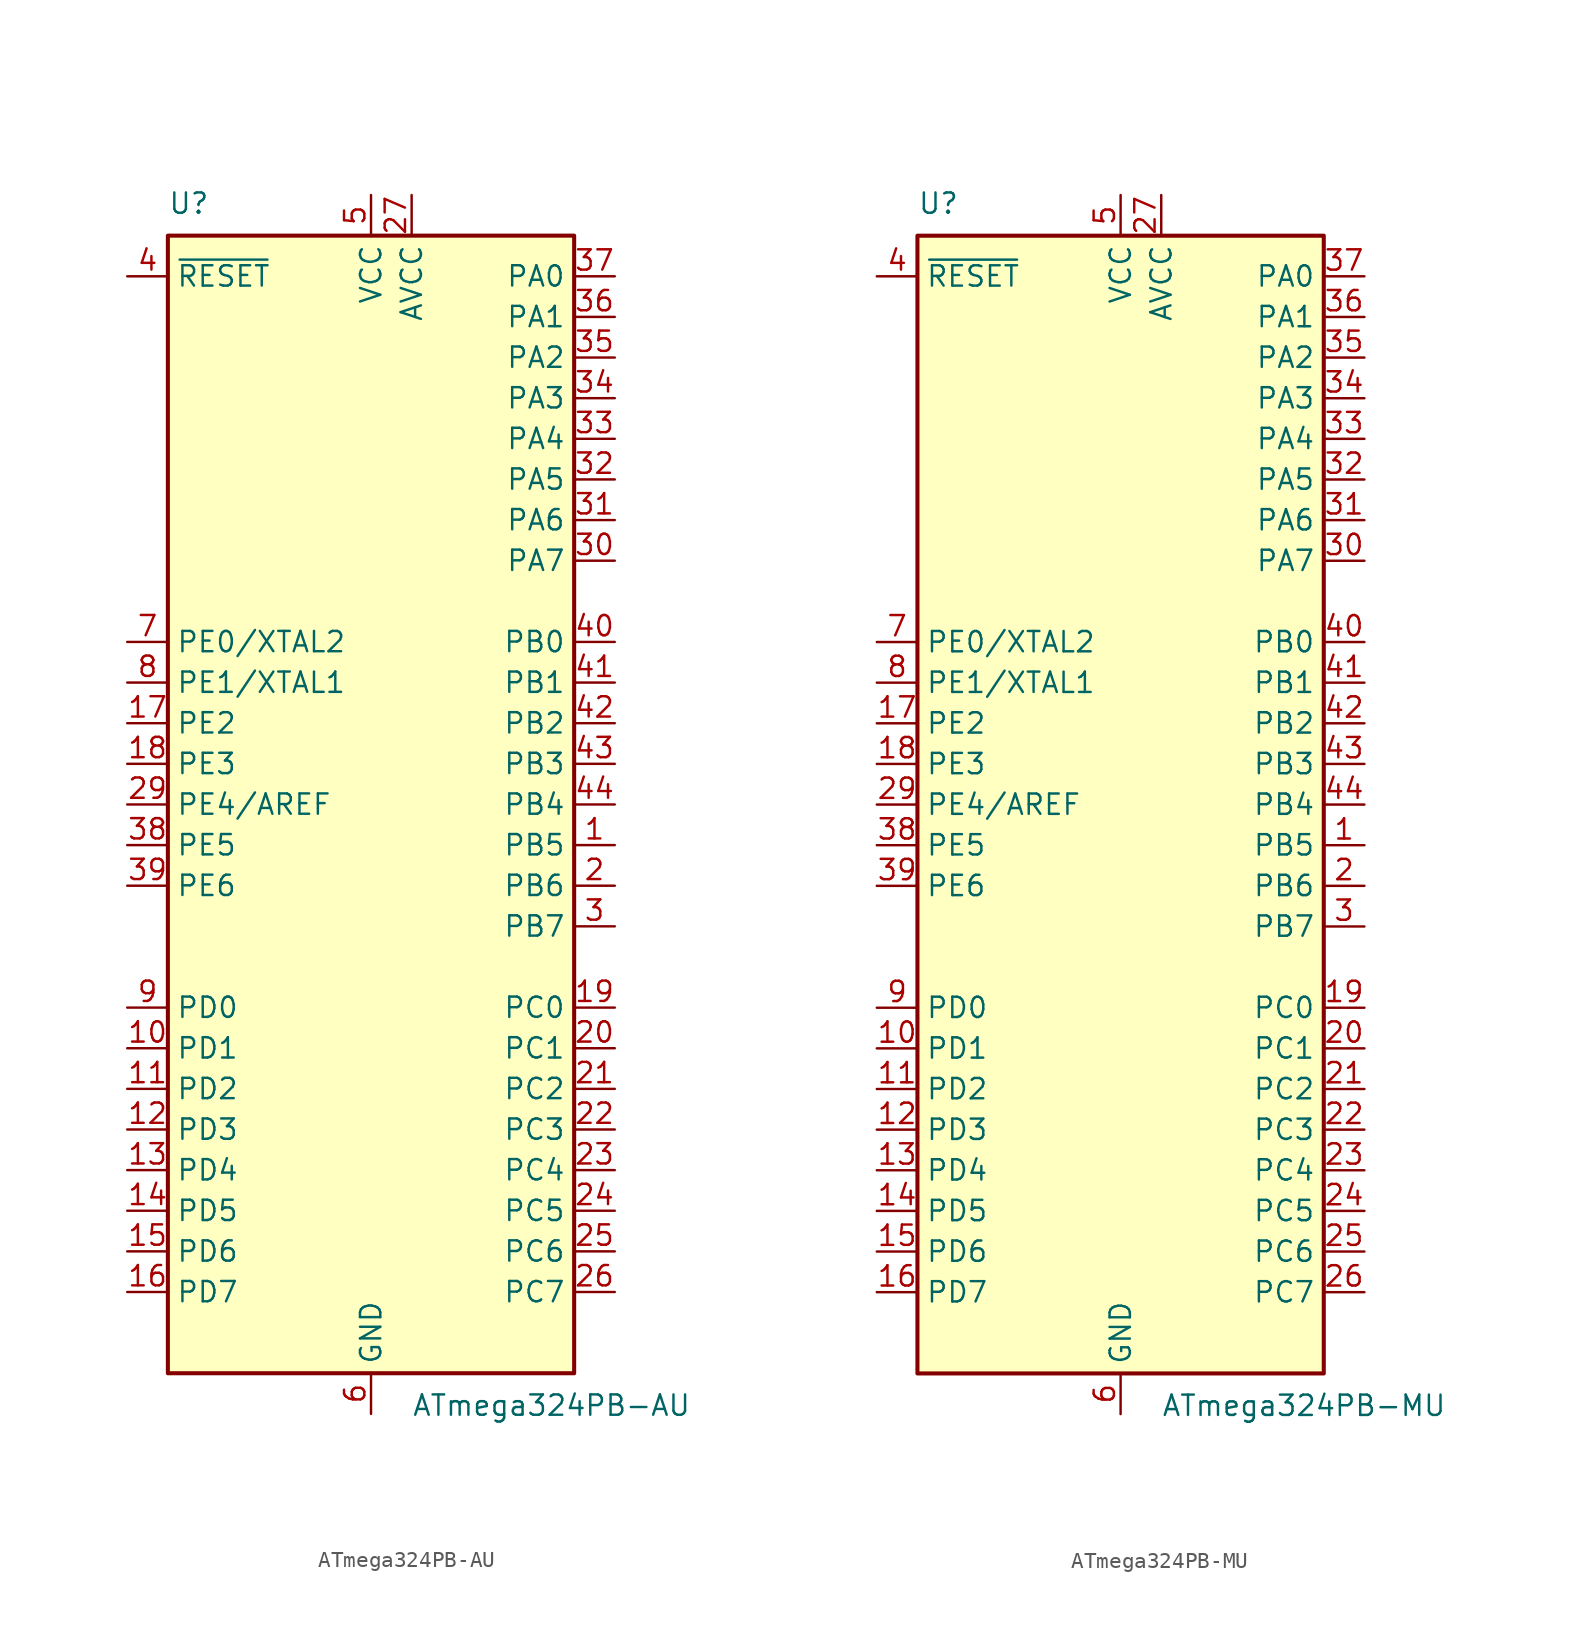
<source format=kicad_sym>
(kicad_symbol_lib
  (version 20201005)
  (generator kicad_symbol_editor)
  (symbol "ATmega324PB-AU"
    (property "Reference" "U"
      (at -12.7 36.83 0)
      (effects (font (size 1.27 1.27)) (justify left bottom)))
    (property "Value" "ATmega324PB-AU"
      (at 2.54 -36.83 0)
      (effects (font (size 1.27 1.27)) (justify left top)))
    (symbol "ATmega324PB-AU_0_1"
      (rectangle (start -12.7 -35.56) (end 12.7 35.56) (stroke (width 0.254)) (fill (type background))))
    (symbol "ATmega324PB-AU_1_1"
      (pin tri_state line (at 15.24 -2.54 180) (length 2.54) (name "PB5" (effects (font (size 1.27 1.27)))) (number "1" (effects (font (size 1.27 1.27)))))
      (pin tri_state line (at -15.24 -15.24 0) (length 2.54) (name "PD1" (effects (font (size 1.27 1.27)))) (number "10" (effects (font (size 1.27 1.27)))))
      (pin tri_state line (at -15.24 -17.78 0) (length 2.54) (name "PD2" (effects (font (size 1.27 1.27)))) (number "11" (effects (font (size 1.27 1.27)))))
      (pin tri_state line (at -15.24 -20.32 0) (length 2.54) (name "PD3" (effects (font (size 1.27 1.27)))) (number "12" (effects (font (size 1.27 1.27)))))
      (pin tri_state line (at -15.24 -22.86 0) (length 2.54) (name "PD4" (effects (font (size 1.27 1.27)))) (number "13" (effects (font (size 1.27 1.27)))))
      (pin tri_state line (at -15.24 -25.4 0) (length 2.54) (name "PD5" (effects (font (size 1.27 1.27)))) (number "14" (effects (font (size 1.27 1.27)))))
      (pin tri_state line (at -15.24 -27.94 0) (length 2.54) (name "PD6" (effects (font (size 1.27 1.27)))) (number "15" (effects (font (size 1.27 1.27)))))
      (pin tri_state line (at -15.24 -30.48 0) (length 2.54) (name "PD7" (effects (font (size 1.27 1.27)))) (number "16" (effects (font (size 1.27 1.27)))))
      (pin tri_state line (at -15.24 5.08 0) (length 2.54) (name "PE2" (effects (font (size 1.27 1.27)))) (number "17" (effects (font (size 1.27 1.27)))))
      (pin tri_state line (at -15.24 2.54 0) (length 2.54) (name "PE3" (effects (font (size 1.27 1.27)))) (number "18" (effects (font (size 1.27 1.27)))))
      (pin tri_state line (at 15.24 -12.7 180) (length 2.54) (name "PC0" (effects (font (size 1.27 1.27)))) (number "19" (effects (font (size 1.27 1.27)))))
      (pin tri_state line (at 15.24 -5.08 180) (length 2.54) (name "PB6" (effects (font (size 1.27 1.27)))) (number "2" (effects (font (size 1.27 1.27)))))
      (pin tri_state line (at 15.24 -15.24 180) (length 2.54) (name "PC1" (effects (font (size 1.27 1.27)))) (number "20" (effects (font (size 1.27 1.27)))))
      (pin tri_state line (at 15.24 -17.78 180) (length 2.54) (name "PC2" (effects (font (size 1.27 1.27)))) (number "21" (effects (font (size 1.27 1.27)))))
      (pin tri_state line (at 15.24 -20.32 180) (length 2.54) (name "PC3" (effects (font (size 1.27 1.27)))) (number "22" (effects (font (size 1.27 1.27)))))
      (pin tri_state line (at 15.24 -22.86 180) (length 2.54) (name "PC4" (effects (font (size 1.27 1.27)))) (number "23" (effects (font (size 1.27 1.27)))))
      (pin tri_state line (at 15.24 -25.4 180) (length 2.54) (name "PC5" (effects (font (size 1.27 1.27)))) (number "24" (effects (font (size 1.27 1.27)))))
      (pin tri_state line (at 15.24 -27.94 180) (length 2.54) (name "PC6" (effects (font (size 1.27 1.27)))) (number "25" (effects (font (size 1.27 1.27)))))
      (pin tri_state line (at 15.24 -30.48 180) (length 2.54) (name "PC7" (effects (font (size 1.27 1.27)))) (number "26" (effects (font (size 1.27 1.27)))))
      (pin power_in line (at 2.54 38.1 270) (length 2.54) (name "AVCC" (effects (font (size 1.27 1.27)))) (number "27" (effects (font (size 1.27 1.27)))))
      (pin passive line (at 0 -38.1 90) (length 2.54) hide (name "GND" (effects (font (size 1.27 1.27)))) (number "28" (effects (font (size 1.27 1.27)))))
      (pin tri_state line (at -15.24 0 0) (length 2.54) (name "PE4/AREF" (effects (font (size 1.27 1.27)))) (number "29" (effects (font (size 1.27 1.27)))))
      (pin tri_state line (at 15.24 -7.62 180) (length 2.54) (name "PB7" (effects (font (size 1.27 1.27)))) (number "3" (effects (font (size 1.27 1.27)))))
      (pin tri_state line (at 15.24 15.24 180) (length 2.54) (name "PA7" (effects (font (size 1.27 1.27)))) (number "30" (effects (font (size 1.27 1.27)))))
      (pin tri_state line (at 15.24 17.78 180) (length 2.54) (name "PA6" (effects (font (size 1.27 1.27)))) (number "31" (effects (font (size 1.27 1.27)))))
      (pin tri_state line (at 15.24 20.32 180) (length 2.54) (name "PA5" (effects (font (size 1.27 1.27)))) (number "32" (effects (font (size 1.27 1.27)))))
      (pin tri_state line (at 15.24 22.86 180) (length 2.54) (name "PA4" (effects (font (size 1.27 1.27)))) (number "33" (effects (font (size 1.27 1.27)))))
      (pin tri_state line (at 15.24 25.4 180) (length 2.54) (name "PA3" (effects (font (size 1.27 1.27)))) (number "34" (effects (font (size 1.27 1.27)))))
      (pin tri_state line (at 15.24 27.94 180) (length 2.54) (name "PA2" (effects (font (size 1.27 1.27)))) (number "35" (effects (font (size 1.27 1.27)))))
      (pin tri_state line (at 15.24 30.48 180) (length 2.54) (name "PA1" (effects (font (size 1.27 1.27)))) (number "36" (effects (font (size 1.27 1.27)))))
      (pin tri_state line (at 15.24 33.02 180) (length 2.54) (name "PA0" (effects (font (size 1.27 1.27)))) (number "37" (effects (font (size 1.27 1.27)))))
      (pin tri_state line (at -15.24 -2.54 0) (length 2.54) (name "PE5" (effects (font (size 1.27 1.27)))) (number "38" (effects (font (size 1.27 1.27)))))
      (pin tri_state line (at -15.24 -5.08 0) (length 2.54) (name "PE6" (effects (font (size 1.27 1.27)))) (number "39" (effects (font (size 1.27 1.27)))))
      (pin input line (at -15.24 33.02 0) (length 2.54) (name "~RESET" (effects (font (size 1.27 1.27)))) (number "4" (effects (font (size 1.27 1.27)))))
      (pin tri_state line (at 15.24 10.16 180) (length 2.54) (name "PB0" (effects (font (size 1.27 1.27)))) (number "40" (effects (font (size 1.27 1.27)))))
      (pin tri_state line (at 15.24 7.62 180) (length 2.54) (name "PB1" (effects (font (size 1.27 1.27)))) (number "41" (effects (font (size 1.27 1.27)))))
      (pin tri_state line (at 15.24 5.08 180) (length 2.54) (name "PB2" (effects (font (size 1.27 1.27)))) (number "42" (effects (font (size 1.27 1.27)))))
      (pin tri_state line (at 15.24 2.54 180) (length 2.54) (name "PB3" (effects (font (size 1.27 1.27)))) (number "43" (effects (font (size 1.27 1.27)))))
      (pin tri_state line (at 15.24 0 180) (length 2.54) (name "PB4" (effects (font (size 1.27 1.27)))) (number "44" (effects (font (size 1.27 1.27)))))
      (pin power_in line (at 0 38.1 270) (length 2.54) (name "VCC" (effects (font (size 1.27 1.27)))) (number "5" (effects (font (size 1.27 1.27)))))
      (pin power_in line (at 0 -38.1 90) (length 2.54) (name "GND" (effects (font (size 1.27 1.27)))) (number "6" (effects (font (size 1.27 1.27)))))
      (pin tri_state line (at -15.24 10.16 0) (length 2.54) (name "PE0/XTAL2" (effects (font (size 1.27 1.27)))) (number "7" (effects (font (size 1.27 1.27)))))
      (pin tri_state line (at -15.24 7.62 0) (length 2.54) (name "PE1/XTAL1" (effects (font (size 1.27 1.27)))) (number "8" (effects (font (size 1.27 1.27)))))
      (pin tri_state line (at -15.24 -12.7 0) (length 2.54) (name "PD0" (effects (font (size 1.27 1.27)))) (number "9" (effects (font (size 1.27 1.27)))))))
  (symbol "ATmega324PB-MU"
    (property "Reference" "U"
      (at -12.7 36.83 0)
      (effects (font (size 1.27 1.27)) (justify left bottom)))
    (property "Value" "ATmega324PB-MU"
      (at 2.54 -36.83 0)
      (effects (font (size 1.27 1.27)) (justify left top)))
    (symbol "ATmega324PB-MU_0_1"
      (rectangle (start -12.7 -35.56) (end 12.7 35.56) (stroke (width 0.254)) (fill (type background))))
    (symbol "ATmega324PB-MU_1_1"
      (pin tri_state line (at 15.24 -2.54 180) (length 2.54) (name "PB5" (effects (font (size 1.27 1.27)))) (number "1" (effects (font (size 1.27 1.27)))))
      (pin tri_state line (at -15.24 -15.24 0) (length 2.54) (name "PD1" (effects (font (size 1.27 1.27)))) (number "10" (effects (font (size 1.27 1.27)))))
      (pin tri_state line (at -15.24 -17.78 0) (length 2.54) (name "PD2" (effects (font (size 1.27 1.27)))) (number "11" (effects (font (size 1.27 1.27)))))
      (pin tri_state line (at -15.24 -20.32 0) (length 2.54) (name "PD3" (effects (font (size 1.27 1.27)))) (number "12" (effects (font (size 1.27 1.27)))))
      (pin tri_state line (at -15.24 -22.86 0) (length 2.54) (name "PD4" (effects (font (size 1.27 1.27)))) (number "13" (effects (font (size 1.27 1.27)))))
      (pin tri_state line (at -15.24 -25.4 0) (length 2.54) (name "PD5" (effects (font (size 1.27 1.27)))) (number "14" (effects (font (size 1.27 1.27)))))
      (pin tri_state line (at -15.24 -27.94 0) (length 2.54) (name "PD6" (effects (font (size 1.27 1.27)))) (number "15" (effects (font (size 1.27 1.27)))))
      (pin tri_state line (at -15.24 -30.48 0) (length 2.54) (name "PD7" (effects (font (size 1.27 1.27)))) (number "16" (effects (font (size 1.27 1.27)))))
      (pin tri_state line (at -15.24 5.08 0) (length 2.54) (name "PE2" (effects (font (size 1.27 1.27)))) (number "17" (effects (font (size 1.27 1.27)))))
      (pin tri_state line (at -15.24 2.54 0) (length 2.54) (name "PE3" (effects (font (size 1.27 1.27)))) (number "18" (effects (font (size 1.27 1.27)))))
      (pin tri_state line (at 15.24 -12.7 180) (length 2.54) (name "PC0" (effects (font (size 1.27 1.27)))) (number "19" (effects (font (size 1.27 1.27)))))
      (pin tri_state line (at 15.24 -5.08 180) (length 2.54) (name "PB6" (effects (font (size 1.27 1.27)))) (number "2" (effects (font (size 1.27 1.27)))))
      (pin tri_state line (at 15.24 -15.24 180) (length 2.54) (name "PC1" (effects (font (size 1.27 1.27)))) (number "20" (effects (font (size 1.27 1.27)))))
      (pin tri_state line (at 15.24 -17.78 180) (length 2.54) (name "PC2" (effects (font (size 1.27 1.27)))) (number "21" (effects (font (size 1.27 1.27)))))
      (pin tri_state line (at 15.24 -20.32 180) (length 2.54) (name "PC3" (effects (font (size 1.27 1.27)))) (number "22" (effects (font (size 1.27 1.27)))))
      (pin tri_state line (at 15.24 -22.86 180) (length 2.54) (name "PC4" (effects (font (size 1.27 1.27)))) (number "23" (effects (font (size 1.27 1.27)))))
      (pin tri_state line (at 15.24 -25.4 180) (length 2.54) (name "PC5" (effects (font (size 1.27 1.27)))) (number "24" (effects (font (size 1.27 1.27)))))
      (pin tri_state line (at 15.24 -27.94 180) (length 2.54) (name "PC6" (effects (font (size 1.27 1.27)))) (number "25" (effects (font (size 1.27 1.27)))))
      (pin tri_state line (at 15.24 -30.48 180) (length 2.54) (name "PC7" (effects (font (size 1.27 1.27)))) (number "26" (effects (font (size 1.27 1.27)))))
      (pin power_in line (at 2.54 38.1 270) (length 2.54) (name "AVCC" (effects (font (size 1.27 1.27)))) (number "27" (effects (font (size 1.27 1.27)))))
      (pin passive line (at 0 -38.1 90) (length 2.54) hide (name "GND" (effects (font (size 1.27 1.27)))) (number "28" (effects (font (size 1.27 1.27)))))
      (pin tri_state line (at -15.24 0 0) (length 2.54) (name "PE4/AREF" (effects (font (size 1.27 1.27)))) (number "29" (effects (font (size 1.27 1.27)))))
      (pin tri_state line (at 15.24 -7.62 180) (length 2.54) (name "PB7" (effects (font (size 1.27 1.27)))) (number "3" (effects (font (size 1.27 1.27)))))
      (pin tri_state line (at 15.24 15.24 180) (length 2.54) (name "PA7" (effects (font (size 1.27 1.27)))) (number "30" (effects (font (size 1.27 1.27)))))
      (pin tri_state line (at 15.24 17.78 180) (length 2.54) (name "PA6" (effects (font (size 1.27 1.27)))) (number "31" (effects (font (size 1.27 1.27)))))
      (pin tri_state line (at 15.24 20.32 180) (length 2.54) (name "PA5" (effects (font (size 1.27 1.27)))) (number "32" (effects (font (size 1.27 1.27)))))
      (pin tri_state line (at 15.24 22.86 180) (length 2.54) (name "PA4" (effects (font (size 1.27 1.27)))) (number "33" (effects (font (size 1.27 1.27)))))
      (pin tri_state line (at 15.24 25.4 180) (length 2.54) (name "PA3" (effects (font (size 1.27 1.27)))) (number "34" (effects (font (size 1.27 1.27)))))
      (pin tri_state line (at 15.24 27.94 180) (length 2.54) (name "PA2" (effects (font (size 1.27 1.27)))) (number "35" (effects (font (size 1.27 1.27)))))
      (pin tri_state line (at 15.24 30.48 180) (length 2.54) (name "PA1" (effects (font (size 1.27 1.27)))) (number "36" (effects (font (size 1.27 1.27)))))
      (pin tri_state line (at 15.24 33.02 180) (length 2.54) (name "PA0" (effects (font (size 1.27 1.27)))) (number "37" (effects (font (size 1.27 1.27)))))
      (pin tri_state line (at -15.24 -2.54 0) (length 2.54) (name "PE5" (effects (font (size 1.27 1.27)))) (number "38" (effects (font (size 1.27 1.27)))))
      (pin tri_state line (at -15.24 -5.08 0) (length 2.54) (name "PE6" (effects (font (size 1.27 1.27)))) (number "39" (effects (font (size 1.27 1.27)))))
      (pin input line (at -15.24 33.02 0) (length 2.54) (name "~RESET" (effects (font (size 1.27 1.27)))) (number "4" (effects (font (size 1.27 1.27)))))
      (pin tri_state line (at 15.24 10.16 180) (length 2.54) (name "PB0" (effects (font (size 1.27 1.27)))) (number "40" (effects (font (size 1.27 1.27)))))
      (pin tri_state line (at 15.24 7.62 180) (length 2.54) (name "PB1" (effects (font (size 1.27 1.27)))) (number "41" (effects (font (size 1.27 1.27)))))
      (pin tri_state line (at 15.24 5.08 180) (length 2.54) (name "PB2" (effects (font (size 1.27 1.27)))) (number "42" (effects (font (size 1.27 1.27)))))
      (pin tri_state line (at 15.24 2.54 180) (length 2.54) (name "PB3" (effects (font (size 1.27 1.27)))) (number "43" (effects (font (size 1.27 1.27)))))
      (pin tri_state line (at 15.24 0 180) (length 2.54) (name "PB4" (effects (font (size 1.27 1.27)))) (number "44" (effects (font (size 1.27 1.27)))))
      (pin passive line (at 0 -38.1 90) (length 2.54) hide (name "GND" (effects (font (size 1.27 1.27)))) (number "45" (effects (font (size 1.27 1.27)))))
      (pin power_in line (at 0 38.1 270) (length 2.54) (name "VCC" (effects (font (size 1.27 1.27)))) (number "5" (effects (font (size 1.27 1.27)))))
      (pin power_in line (at 0 -38.1 90) (length 2.54) (name "GND" (effects (font (size 1.27 1.27)))) (number "6" (effects (font (size 1.27 1.27)))))
      (pin tri_state line (at -15.24 10.16 0) (length 2.54) (name "PE0/XTAL2" (effects (font (size 1.27 1.27)))) (number "7" (effects (font (size 1.27 1.27)))))
      (pin tri_state line (at -15.24 7.62 0) (length 2.54) (name "PE1/XTAL1" (effects (font (size 1.27 1.27)))) (number "8" (effects (font (size 1.27 1.27)))))
      (pin tri_state line (at -15.24 -12.7 0) (length 2.54) (name "PD0" (effects (font (size 1.27 1.27)))) (number "9" (effects (font (size 1.27 1.27))))))))
</source>
